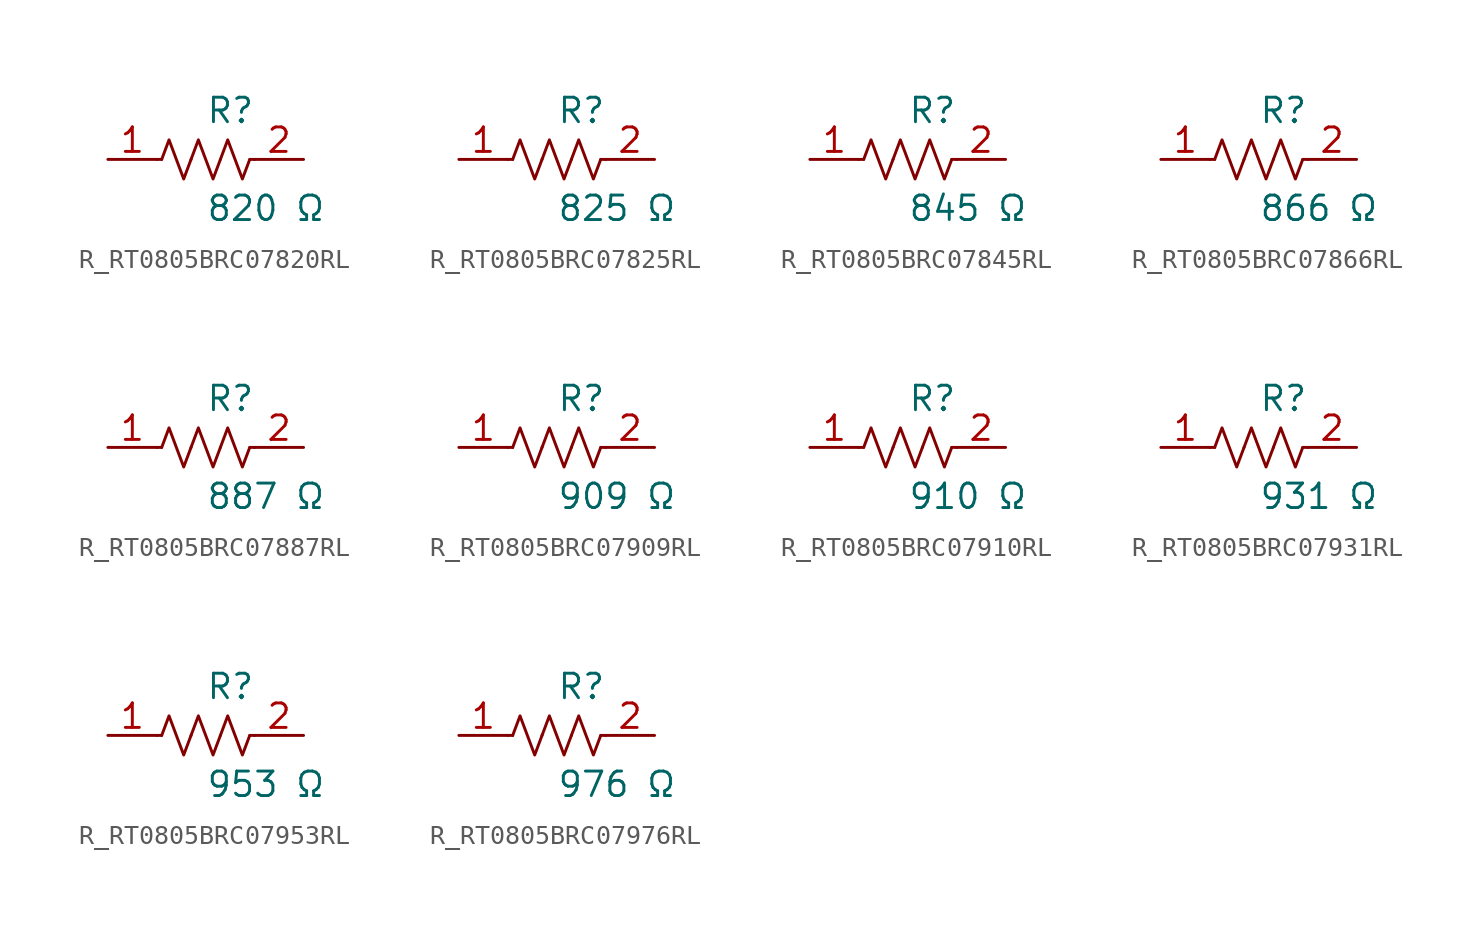
<source format=kicad_sym>
(kicad_symbol_lib
  (version 20231120)
  (generator kicad_symbol_editor)
  (generator_version 8.0)
  (symbol "R_RT0805BRC07820RL"
    (pin_names
      (offset 0.254))
    (property "Reference" "R"
      (at 0.0 2.54 0)
      (effects (font (size 1.27 1.27)) (justify left)))
    (property "Value" "820 Ω"
      (at 0.0 -2.54 0)
      (effects (font (size 1.27 1.27)) (justify left)))
    (symbol "R_RT0805BRC07820RL_0_1"
      (polyline (pts (xy 2.286 0) (xy 2.54 0)) (stroke (width 0) (type default)) (fill (type none)))
      (polyline (pts (xy -2.286 0) (xy -2.54 0)) (stroke (width 0) (type default)) (fill (type none)))
      (polyline (pts (xy 0.762 0) (xy 1.143 1.016) (xy 1.524 0) (xy 1.905 -1.016) (xy 2.286 0)) (stroke (width 0) (type default)) (fill (type none)))
      (polyline (pts (xy -0.762 0) (xy -0.381 1.016) (xy 0 0) (xy 0.381 -1.016) (xy 0.762 0)) (stroke (width 0) (type default)) (fill (type none)))
      (polyline (pts (xy -2.286 0) (xy -1.905 1.016) (xy -1.524 0) (xy -1.143 -1.016) (xy -0.762 0)) (stroke (width 0) (type default)) (fill (type none))))
    (pin unspecified line
      (at -5.08 0 0)
      (length 2.54)
      (name "" (effects (font (size 1.27 1.27))))
      (number "1" (effects (font (size 1.27 1.27)))))
    (pin unspecified line
      (at 5.08 0 180)
      (length 2.54)
      (name "" (effects (font (size 1.27 1.27))))
      (number "2" (effects (font (size 1.27 1.27))))))
  (symbol "R_RT0805BRC07825RL"
    (pin_names
      (offset 0.254))
    (property "Reference" "R"
      (at 0.0 2.54 0)
      (effects (font (size 1.27 1.27)) (justify left)))
    (property "Value" "825 Ω"
      (at 0.0 -2.54 0)
      (effects (font (size 1.27 1.27)) (justify left)))
    (symbol "R_RT0805BRC07825RL_0_1"
      (polyline (pts (xy 2.286 0) (xy 2.54 0)) (stroke (width 0) (type default)) (fill (type none)))
      (polyline (pts (xy -2.286 0) (xy -2.54 0)) (stroke (width 0) (type default)) (fill (type none)))
      (polyline (pts (xy 0.762 0) (xy 1.143 1.016) (xy 1.524 0) (xy 1.905 -1.016) (xy 2.286 0)) (stroke (width 0) (type default)) (fill (type none)))
      (polyline (pts (xy -0.762 0) (xy -0.381 1.016) (xy 0 0) (xy 0.381 -1.016) (xy 0.762 0)) (stroke (width 0) (type default)) (fill (type none)))
      (polyline (pts (xy -2.286 0) (xy -1.905 1.016) (xy -1.524 0) (xy -1.143 -1.016) (xy -0.762 0)) (stroke (width 0) (type default)) (fill (type none))))
    (pin unspecified line
      (at -5.08 0 0)
      (length 2.54)
      (name "" (effects (font (size 1.27 1.27))))
      (number "1" (effects (font (size 1.27 1.27)))))
    (pin unspecified line
      (at 5.08 0 180)
      (length 2.54)
      (name "" (effects (font (size 1.27 1.27))))
      (number "2" (effects (font (size 1.27 1.27))))))
  (symbol "R_RT0805BRC07845RL"
    (pin_names
      (offset 0.254))
    (property "Reference" "R"
      (at 0.0 2.54 0)
      (effects (font (size 1.27 1.27)) (justify left)))
    (property "Value" "845 Ω"
      (at 0.0 -2.54 0)
      (effects (font (size 1.27 1.27)) (justify left)))
    (symbol "R_RT0805BRC07845RL_0_1"
      (polyline (pts (xy 2.286 0) (xy 2.54 0)) (stroke (width 0) (type default)) (fill (type none)))
      (polyline (pts (xy -2.286 0) (xy -2.54 0)) (stroke (width 0) (type default)) (fill (type none)))
      (polyline (pts (xy 0.762 0) (xy 1.143 1.016) (xy 1.524 0) (xy 1.905 -1.016) (xy 2.286 0)) (stroke (width 0) (type default)) (fill (type none)))
      (polyline (pts (xy -0.762 0) (xy -0.381 1.016) (xy 0 0) (xy 0.381 -1.016) (xy 0.762 0)) (stroke (width 0) (type default)) (fill (type none)))
      (polyline (pts (xy -2.286 0) (xy -1.905 1.016) (xy -1.524 0) (xy -1.143 -1.016) (xy -0.762 0)) (stroke (width 0) (type default)) (fill (type none))))
    (pin unspecified line
      (at -5.08 0 0)
      (length 2.54)
      (name "" (effects (font (size 1.27 1.27))))
      (number "1" (effects (font (size 1.27 1.27)))))
    (pin unspecified line
      (at 5.08 0 180)
      (length 2.54)
      (name "" (effects (font (size 1.27 1.27))))
      (number "2" (effects (font (size 1.27 1.27))))))
  (symbol "R_RT0805BRC07866RL"
    (pin_names
      (offset 0.254))
    (property "Reference" "R"
      (at 0.0 2.54 0)
      (effects (font (size 1.27 1.27)) (justify left)))
    (property "Value" "866 Ω"
      (at 0.0 -2.54 0)
      (effects (font (size 1.27 1.27)) (justify left)))
    (symbol "R_RT0805BRC07866RL_0_1"
      (polyline (pts (xy 2.286 0) (xy 2.54 0)) (stroke (width 0) (type default)) (fill (type none)))
      (polyline (pts (xy -2.286 0) (xy -2.54 0)) (stroke (width 0) (type default)) (fill (type none)))
      (polyline (pts (xy 0.762 0) (xy 1.143 1.016) (xy 1.524 0) (xy 1.905 -1.016) (xy 2.286 0)) (stroke (width 0) (type default)) (fill (type none)))
      (polyline (pts (xy -0.762 0) (xy -0.381 1.016) (xy 0 0) (xy 0.381 -1.016) (xy 0.762 0)) (stroke (width 0) (type default)) (fill (type none)))
      (polyline (pts (xy -2.286 0) (xy -1.905 1.016) (xy -1.524 0) (xy -1.143 -1.016) (xy -0.762 0)) (stroke (width 0) (type default)) (fill (type none))))
    (pin unspecified line
      (at -5.08 0 0)
      (length 2.54)
      (name "" (effects (font (size 1.27 1.27))))
      (number "1" (effects (font (size 1.27 1.27)))))
    (pin unspecified line
      (at 5.08 0 180)
      (length 2.54)
      (name "" (effects (font (size 1.27 1.27))))
      (number "2" (effects (font (size 1.27 1.27))))))
  (symbol "R_RT0805BRC07887RL"
    (pin_names
      (offset 0.254))
    (property "Reference" "R"
      (at 0.0 2.54 0)
      (effects (font (size 1.27 1.27)) (justify left)))
    (property "Value" "887 Ω"
      (at 0.0 -2.54 0)
      (effects (font (size 1.27 1.27)) (justify left)))
    (symbol "R_RT0805BRC07887RL_0_1"
      (polyline (pts (xy 2.286 0) (xy 2.54 0)) (stroke (width 0) (type default)) (fill (type none)))
      (polyline (pts (xy -2.286 0) (xy -2.54 0)) (stroke (width 0) (type default)) (fill (type none)))
      (polyline (pts (xy 0.762 0) (xy 1.143 1.016) (xy 1.524 0) (xy 1.905 -1.016) (xy 2.286 0)) (stroke (width 0) (type default)) (fill (type none)))
      (polyline (pts (xy -0.762 0) (xy -0.381 1.016) (xy 0 0) (xy 0.381 -1.016) (xy 0.762 0)) (stroke (width 0) (type default)) (fill (type none)))
      (polyline (pts (xy -2.286 0) (xy -1.905 1.016) (xy -1.524 0) (xy -1.143 -1.016) (xy -0.762 0)) (stroke (width 0) (type default)) (fill (type none))))
    (pin unspecified line
      (at -5.08 0 0)
      (length 2.54)
      (name "" (effects (font (size 1.27 1.27))))
      (number "1" (effects (font (size 1.27 1.27)))))
    (pin unspecified line
      (at 5.08 0 180)
      (length 2.54)
      (name "" (effects (font (size 1.27 1.27))))
      (number "2" (effects (font (size 1.27 1.27))))))
  (symbol "R_RT0805BRC07909RL"
    (pin_names
      (offset 0.254))
    (property "Reference" "R"
      (at 0.0 2.54 0)
      (effects (font (size 1.27 1.27)) (justify left)))
    (property "Value" "909 Ω"
      (at 0.0 -2.54 0)
      (effects (font (size 1.27 1.27)) (justify left)))
    (symbol "R_RT0805BRC07909RL_0_1"
      (polyline (pts (xy 2.286 0) (xy 2.54 0)) (stroke (width 0) (type default)) (fill (type none)))
      (polyline (pts (xy -2.286 0) (xy -2.54 0)) (stroke (width 0) (type default)) (fill (type none)))
      (polyline (pts (xy 0.762 0) (xy 1.143 1.016) (xy 1.524 0) (xy 1.905 -1.016) (xy 2.286 0)) (stroke (width 0) (type default)) (fill (type none)))
      (polyline (pts (xy -0.762 0) (xy -0.381 1.016) (xy 0 0) (xy 0.381 -1.016) (xy 0.762 0)) (stroke (width 0) (type default)) (fill (type none)))
      (polyline (pts (xy -2.286 0) (xy -1.905 1.016) (xy -1.524 0) (xy -1.143 -1.016) (xy -0.762 0)) (stroke (width 0) (type default)) (fill (type none))))
    (pin unspecified line
      (at -5.08 0 0)
      (length 2.54)
      (name "" (effects (font (size 1.27 1.27))))
      (number "1" (effects (font (size 1.27 1.27)))))
    (pin unspecified line
      (at 5.08 0 180)
      (length 2.54)
      (name "" (effects (font (size 1.27 1.27))))
      (number "2" (effects (font (size 1.27 1.27))))))
  (symbol "R_RT0805BRC07910RL"
    (pin_names
      (offset 0.254))
    (property "Reference" "R"
      (at 0.0 2.54 0)
      (effects (font (size 1.27 1.27)) (justify left)))
    (property "Value" "910 Ω"
      (at 0.0 -2.54 0)
      (effects (font (size 1.27 1.27)) (justify left)))
    (symbol "R_RT0805BRC07910RL_0_1"
      (polyline (pts (xy 2.286 0) (xy 2.54 0)) (stroke (width 0) (type default)) (fill (type none)))
      (polyline (pts (xy -2.286 0) (xy -2.54 0)) (stroke (width 0) (type default)) (fill (type none)))
      (polyline (pts (xy 0.762 0) (xy 1.143 1.016) (xy 1.524 0) (xy 1.905 -1.016) (xy 2.286 0)) (stroke (width 0) (type default)) (fill (type none)))
      (polyline (pts (xy -0.762 0) (xy -0.381 1.016) (xy 0 0) (xy 0.381 -1.016) (xy 0.762 0)) (stroke (width 0) (type default)) (fill (type none)))
      (polyline (pts (xy -2.286 0) (xy -1.905 1.016) (xy -1.524 0) (xy -1.143 -1.016) (xy -0.762 0)) (stroke (width 0) (type default)) (fill (type none))))
    (pin unspecified line
      (at -5.08 0 0)
      (length 2.54)
      (name "" (effects (font (size 1.27 1.27))))
      (number "1" (effects (font (size 1.27 1.27)))))
    (pin unspecified line
      (at 5.08 0 180)
      (length 2.54)
      (name "" (effects (font (size 1.27 1.27))))
      (number "2" (effects (font (size 1.27 1.27))))))
  (symbol "R_RT0805BRC07931RL"
    (pin_names
      (offset 0.254))
    (property "Reference" "R"
      (at 0.0 2.54 0)
      (effects (font (size 1.27 1.27)) (justify left)))
    (property "Value" "931 Ω"
      (at 0.0 -2.54 0)
      (effects (font (size 1.27 1.27)) (justify left)))
    (symbol "R_RT0805BRC07931RL_0_1"
      (polyline (pts (xy 2.286 0) (xy 2.54 0)) (stroke (width 0) (type default)) (fill (type none)))
      (polyline (pts (xy -2.286 0) (xy -2.54 0)) (stroke (width 0) (type default)) (fill (type none)))
      (polyline (pts (xy 0.762 0) (xy 1.143 1.016) (xy 1.524 0) (xy 1.905 -1.016) (xy 2.286 0)) (stroke (width 0) (type default)) (fill (type none)))
      (polyline (pts (xy -0.762 0) (xy -0.381 1.016) (xy 0 0) (xy 0.381 -1.016) (xy 0.762 0)) (stroke (width 0) (type default)) (fill (type none)))
      (polyline (pts (xy -2.286 0) (xy -1.905 1.016) (xy -1.524 0) (xy -1.143 -1.016) (xy -0.762 0)) (stroke (width 0) (type default)) (fill (type none))))
    (pin unspecified line
      (at -5.08 0 0)
      (length 2.54)
      (name "" (effects (font (size 1.27 1.27))))
      (number "1" (effects (font (size 1.27 1.27)))))
    (pin unspecified line
      (at 5.08 0 180)
      (length 2.54)
      (name "" (effects (font (size 1.27 1.27))))
      (number "2" (effects (font (size 1.27 1.27))))))
  (symbol "R_RT0805BRC07953RL"
    (pin_names
      (offset 0.254))
    (property "Reference" "R"
      (at 0.0 2.54 0)
      (effects (font (size 1.27 1.27)) (justify left)))
    (property "Value" "953 Ω"
      (at 0.0 -2.54 0)
      (effects (font (size 1.27 1.27)) (justify left)))
    (symbol "R_RT0805BRC07953RL_0_1"
      (polyline (pts (xy 2.286 0) (xy 2.54 0)) (stroke (width 0) (type default)) (fill (type none)))
      (polyline (pts (xy -2.286 0) (xy -2.54 0)) (stroke (width 0) (type default)) (fill (type none)))
      (polyline (pts (xy 0.762 0) (xy 1.143 1.016) (xy 1.524 0) (xy 1.905 -1.016) (xy 2.286 0)) (stroke (width 0) (type default)) (fill (type none)))
      (polyline (pts (xy -0.762 0) (xy -0.381 1.016) (xy 0 0) (xy 0.381 -1.016) (xy 0.762 0)) (stroke (width 0) (type default)) (fill (type none)))
      (polyline (pts (xy -2.286 0) (xy -1.905 1.016) (xy -1.524 0) (xy -1.143 -1.016) (xy -0.762 0)) (stroke (width 0) (type default)) (fill (type none))))
    (pin unspecified line
      (at -5.08 0 0)
      (length 2.54)
      (name "" (effects (font (size 1.27 1.27))))
      (number "1" (effects (font (size 1.27 1.27)))))
    (pin unspecified line
      (at 5.08 0 180)
      (length 2.54)
      (name "" (effects (font (size 1.27 1.27))))
      (number "2" (effects (font (size 1.27 1.27))))))
  (symbol "R_RT0805BRC07976RL"
    (pin_names
      (offset 0.254))
    (property "Reference" "R"
      (at 0.0 2.54 0)
      (effects (font (size 1.27 1.27)) (justify left)))
    (property "Value" "976 Ω"
      (at 0.0 -2.54 0)
      (effects (font (size 1.27 1.27)) (justify left)))
    (symbol "R_RT0805BRC07976RL_0_1"
      (polyline (pts (xy 2.286 0) (xy 2.54 0)) (stroke (width 0) (type default)) (fill (type none)))
      (polyline (pts (xy -2.286 0) (xy -2.54 0)) (stroke (width 0) (type default)) (fill (type none)))
      (polyline (pts (xy 0.762 0) (xy 1.143 1.016) (xy 1.524 0) (xy 1.905 -1.016) (xy 2.286 0)) (stroke (width 0) (type default)) (fill (type none)))
      (polyline (pts (xy -0.762 0) (xy -0.381 1.016) (xy 0 0) (xy 0.381 -1.016) (xy 0.762 0)) (stroke (width 0) (type default)) (fill (type none)))
      (polyline (pts (xy -2.286 0) (xy -1.905 1.016) (xy -1.524 0) (xy -1.143 -1.016) (xy -0.762 0)) (stroke (width 0) (type default)) (fill (type none))))
    (pin unspecified line
      (at -5.08 0 0)
      (length 2.54)
      (name "" (effects (font (size 1.27 1.27))))
      (number "1" (effects (font (size 1.27 1.27)))))
    (pin unspecified line
      (at 5.08 0 180)
      (length 2.54)
      (name "" (effects (font (size 1.27 1.27))))
      (number "2" (effects (font (size 1.27 1.27)))))))
</source>
